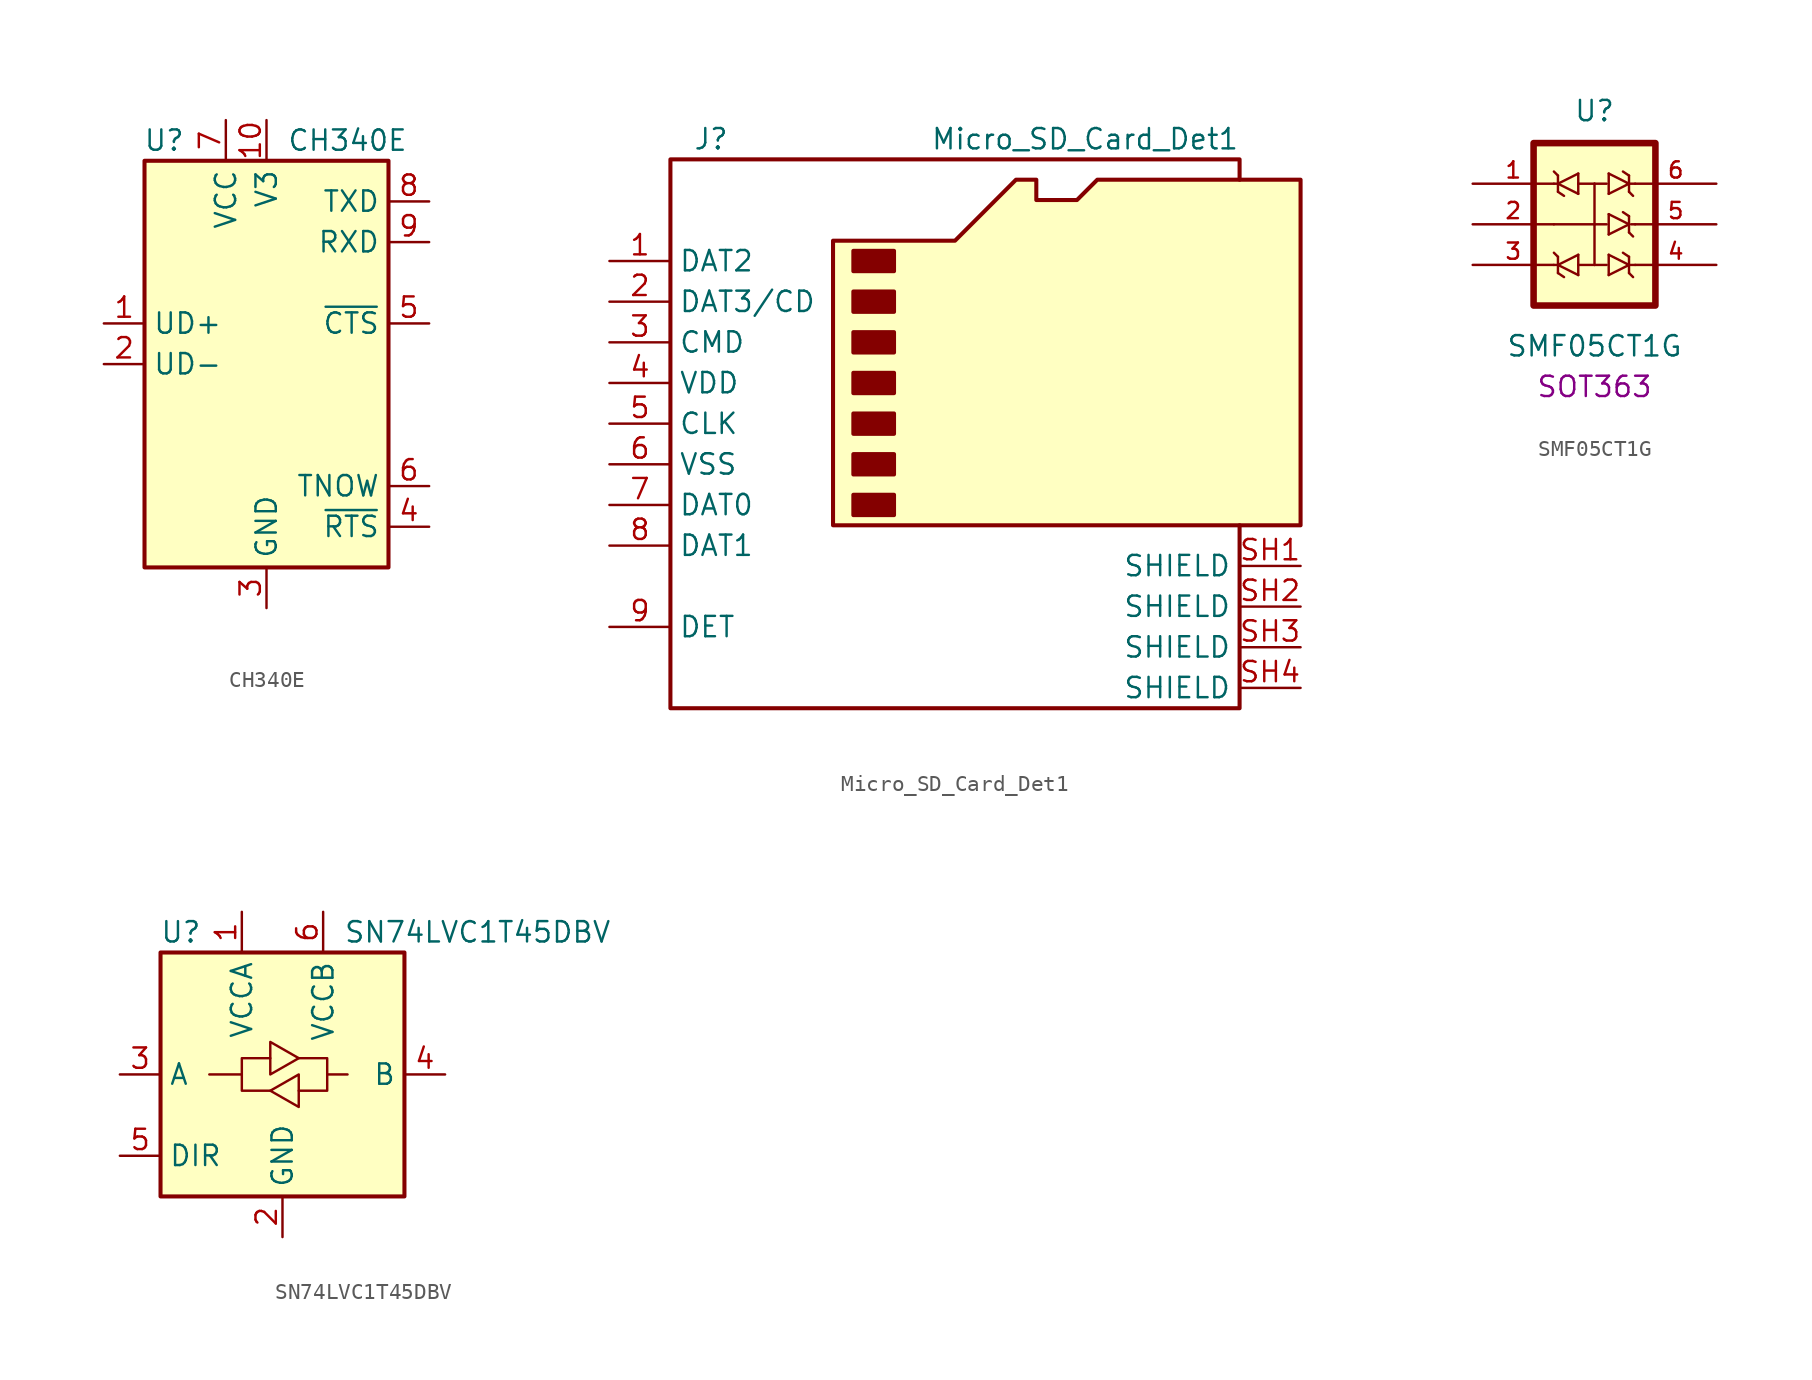
<source format=kicad_sym>
(kicad_symbol_lib
  (version 20241209)
  (generator "kicad_symbol_editor")
  (generator_version "9.0")
  (symbol "CH340E"
    (property "Reference" "U"
      (at -5.08 13.97 0)
      (effects (font (size 1.27 1.27)) (justify right)))
    (property "Value" "CH340E"
      (at 1.27 13.97 0)
      (effects (font (size 1.27 1.27)) (justify left)))
    (symbol "CH340E_0_1"
      (rectangle (start -7.62 12.7) (end 7.62 -12.7) (stroke (width 0.254) (type default)) (fill (type background))))
    (symbol "CH340E_1_1"
      (pin bidirectional line (at -10.16 2.54 0) (length 2.54) (name "UD+" (effects (font (size 1.27 1.27)))) (number "1" (effects (font (size 1.27 1.27)))))
      (pin bidirectional line (at -10.16 0 0) (length 2.54) (name "UD-" (effects (font (size 1.27 1.27)))) (number "2" (effects (font (size 1.27 1.27)))))
      (pin power_in line (at -2.54 15.24 270) (length 2.54) (name "VCC" (effects (font (size 1.27 1.27)))) (number "7" (effects (font (size 1.27 1.27)))))
      (pin power_out line (at 0 15.24 270) (length 2.54) (name "V3" (effects (font (size 1.27 1.27)))) (number "10" (effects (font (size 1.27 1.27)))))
      (pin power_in line (at 0 -15.24 90) (length 2.54) (name "GND" (effects (font (size 1.27 1.27)))) (number "3" (effects (font (size 1.27 1.27)))))
      (pin output line (at 10.16 10.16 180) (length 2.54) (name "TXD" (effects (font (size 1.27 1.27)))) (number "8" (effects (font (size 1.27 1.27)))))
      (pin input line (at 10.16 7.62 180) (length 2.54) (name "RXD" (effects (font (size 1.27 1.27)))) (number "9" (effects (font (size 1.27 1.27)))))
      (pin input line (at 10.16 2.54 180) (length 2.54) (name "~{CTS}" (effects (font (size 1.27 1.27)))) (number "5" (effects (font (size 1.27 1.27)))))
      (pin output line (at 10.16 -7.62 180) (length 2.54) (name "TNOW" (effects (font (size 1.27 1.27)))) (number "6" (effects (font (size 1.27 1.27)))))
      (pin output line (at 10.16 -10.16 180) (length 2.54) (name "~{RTS}" (effects (font (size 1.27 1.27)))) (number "4" (effects (font (size 1.27 1.27)))))))
  (symbol "Micro_SD_Card_Det1"
    (property "Reference" "J"
      (at -16.51 17.78 0)
      (effects (font (size 1.27 1.27))))
    (property "Value" "Micro_SD_Card_Det1"
      (at 16.51 17.78 0)
      (effects (font (size 1.27 1.27)) (justify right)))
    (symbol "Micro_SD_Card_Det1_0_1"
      (polyline (pts (xy -8.89 -6.35) (xy -8.89 11.43) (xy -1.27 11.43) (xy 2.54 15.24) (xy 3.81 15.24) (xy 3.81 13.97) (xy 6.35 13.97) (xy 7.62 15.24) (xy 20.32 15.24) (xy 20.32 -6.35) (xy -8.89 -6.35)) (stroke (width 0.254) (type default)) (fill (type background)))
      (rectangle (start -7.62 10.795) (end -5.08 9.525) (stroke (width 0.254) (type default)) (fill (type outline)))
      (rectangle (start -7.62 8.255) (end -5.08 6.985) (stroke (width 0.254) (type default)) (fill (type outline)))
      (rectangle (start -7.62 5.715) (end -5.08 4.445) (stroke (width 0.254) (type default)) (fill (type outline)))
      (rectangle (start -7.62 3.175) (end -5.08 1.905) (stroke (width 0.254) (type default)) (fill (type outline)))
      (rectangle (start -7.62 0.635) (end -5.08 -0.635) (stroke (width 0.254) (type default)) (fill (type outline)))
      (rectangle (start -7.62 -1.905) (end -5.08 -3.175) (stroke (width 0.254) (type default)) (fill (type outline)))
      (rectangle (start -7.62 -4.445) (end -5.08 -5.715) (stroke (width 0.254) (type default)) (fill (type outline)))
      (polyline (pts (xy 16.51 15.24) (xy 16.51 16.51) (xy -19.05 16.51) (xy -19.05 -17.78) (xy 16.51 -17.78) (xy 16.51 -6.35)) (stroke (width 0.254) (type default)) (fill (type none))))
    (symbol "Micro_SD_Card_Det1_1_1"
      (pin bidirectional line (at -22.86 10.16 0) (length 3.81) (name "DAT2" (effects (font (size 1.27 1.27)))) (number "1" (effects (font (size 1.27 1.27)))))
      (pin bidirectional line (at -22.86 7.62 0) (length 3.81) (name "DAT3/CD" (effects (font (size 1.27 1.27)))) (number "2" (effects (font (size 1.27 1.27)))))
      (pin input line (at -22.86 5.08 0) (length 3.81) (name "CMD" (effects (font (size 1.27 1.27)))) (number "3" (effects (font (size 1.27 1.27)))))
      (pin power_in line (at -22.86 2.54 0) (length 3.81) (name "VDD" (effects (font (size 1.27 1.27)))) (number "4" (effects (font (size 1.27 1.27)))))
      (pin input line (at -22.86 0 0) (length 3.81) (name "CLK" (effects (font (size 1.27 1.27)))) (number "5" (effects (font (size 1.27 1.27)))))
      (pin power_in line (at -22.86 -2.54 0) (length 3.81) (name "VSS" (effects (font (size 1.27 1.27)))) (number "6" (effects (font (size 1.27 1.27)))))
      (pin bidirectional line (at -22.86 -5.08 0) (length 3.81) (name "DAT0" (effects (font (size 1.27 1.27)))) (number "7" (effects (font (size 1.27 1.27)))))
      (pin bidirectional line (at -22.86 -7.62 0) (length 3.81) (name "DAT1" (effects (font (size 1.27 1.27)))) (number "8" (effects (font (size 1.27 1.27)))))
      (pin passive line (at -22.86 -12.7 0) (length 3.81) (name "DET" (effects (font (size 1.27 1.27)))) (number "9" (effects (font (size 1.27 1.27)))))
      (pin passive line (at 20.32 -8.89 180) (length 3.81) (name "SHIELD" (effects (font (size 1.27 1.27)))) (number "SH1" (effects (font (size 1.27 1.27)))))
      (pin passive line (at 20.32 -11.43 180) (length 3.81) (name "SHIELD" (effects (font (size 1.27 1.27)))) (number "SH2" (effects (font (size 1.27 1.27)))))
      (pin passive line (at 20.32 -13.97 180) (length 3.81) (name "SHIELD" (effects (font (size 1.27 1.27)))) (number "SH3" (effects (font (size 1.27 1.27)))))
      (pin passive line (at 20.32 -16.51 180) (length 3.81) (name "SHIELD" (effects (font (size 1.27 1.27)))) (number "SH4" (effects (font (size 1.27 1.27)))))))
  (symbol "SMF05CT1G"
    (pin_names
      (offset 1.016))
    (property "Reference" "U"
      (at 0 6.35 0)
      (effects (font (size 1.27 1.27)) (justify bottom)))
    (property "Value" "SMF05CT1G"
      (at 0 -7.62 0)
      (effects (font (size 1.27 1.27))))
    (property "Pad" "SOT363"
      (at 0 -10.16 0)
      (effects (font (size 1.27 1.27))))
    (symbol "SMF05CT1G_0_0"
      (rectangle (start -3.81 5.08) (end 3.81 -5.08) (stroke (width 0.41) (type default)) (fill (type background)))
      (polyline (pts (xy -2.54 3.302) (xy -2.286 3.048)) (stroke (width 0.152) (type default)) (fill (type none)))
      (polyline (pts (xy -2.54 -1.778) (xy -2.286 -2.032)) (stroke (width 0.152) (type default)) (fill (type none)))
      (polyline (pts (xy -2.286 3.048) (xy -2.286 2.54)) (stroke (width 0.152) (type default)) (fill (type none)))
      (polyline (pts (xy -2.286 2.54) (xy -2.54 2.54)) (stroke (width 0.152) (type default)) (fill (type none)))
      (polyline (pts (xy -2.286 2.54) (xy -2.286 2.032)) (stroke (width 0.152) (type default)) (fill (type none)))
      (polyline (pts (xy -2.286 2.54) (xy -1.016 1.905)) (stroke (width 0.152) (type default)) (fill (type none)))
      (polyline (pts (xy -2.286 2.032) (xy -1.905 1.778)) (stroke (width 0.152) (type default)) (fill (type none)))
      (polyline (pts (xy -2.286 -2.032) (xy -2.286 -2.54)) (stroke (width 0.152) (type default)) (fill (type none)))
      (polyline (pts (xy -2.286 -2.54) (xy -2.54 -2.54)) (stroke (width 0.152) (type default)) (fill (type none)))
      (polyline (pts (xy -2.286 -2.54) (xy -2.286 -3.048)) (stroke (width 0.152) (type default)) (fill (type none)))
      (polyline (pts (xy -2.286 -2.54) (xy -1.016 -3.175)) (stroke (width 0.152) (type default)) (fill (type none)))
      (polyline (pts (xy -2.286 -3.048) (xy -1.905 -3.302)) (stroke (width 0.152) (type default)) (fill (type none)))
      (polyline (pts (xy -1.016 3.175) (xy -2.286 2.54)) (stroke (width 0.152) (type default)) (fill (type none)))
      (polyline (pts (xy -1.016 2.54) (xy -1.016 3.175)) (stroke (width 0.152) (type default)) (fill (type none)))
      (polyline (pts (xy -1.016 2.54) (xy 0 2.54)) (stroke (width 0.152) (type default)) (fill (type none)))
      (polyline (pts (xy -1.016 1.905) (xy -1.016 2.54)) (stroke (width 0.152) (type default)) (fill (type none)))
      (polyline (pts (xy -1.016 -1.905) (xy -2.286 -2.54)) (stroke (width 0.152) (type default)) (fill (type none)))
      (polyline (pts (xy -1.016 -2.54) (xy -1.016 -1.905)) (stroke (width 0.152) (type default)) (fill (type none)))
      (polyline (pts (xy -1.016 -2.54) (xy 0 -2.54)) (stroke (width 0.152) (type default)) (fill (type none)))
      (polyline (pts (xy -1.016 -3.175) (xy -1.016 -2.54)) (stroke (width 0.152) (type default)) (fill (type none)))
      (polyline (pts (xy 0 2.54) (xy 0 0)) (stroke (width 0.152) (type default)) (fill (type none)))
      (polyline (pts (xy 0 2.54) (xy 0.762 2.54)) (stroke (width 0.152) (type default)) (fill (type none)))
      (polyline (pts (xy 0 0) (xy -2.54 0)) (stroke (width 0.152) (type default)) (fill (type none)))
      (polyline (pts (xy 0 0) (xy 0 -2.54)) (stroke (width 0.152) (type default)) (fill (type none)))
      (polyline (pts (xy 0 -2.54) (xy 0.762 -2.54)) (stroke (width 0.152) (type default)) (fill (type none)))
      (polyline (pts (xy 0.762 0) (xy 0 0)) (stroke (width 0.152) (type default)) (fill (type none)))
      (polyline (pts (xy 0.889 3.175) (xy 0.889 1.905)) (stroke (width 0.152) (type default)) (fill (type none)))
      (polyline (pts (xy 0.889 1.905) (xy 2.159 2.54)) (stroke (width 0.152) (type default)) (fill (type none)))
      (polyline (pts (xy 0.889 0.635) (xy 0.889 -0.635)) (stroke (width 0.152) (type default)) (fill (type none)))
      (polyline (pts (xy 0.889 -0.635) (xy 2.159 0)) (stroke (width 0.152) (type default)) (fill (type none)))
      (polyline (pts (xy 0.889 -1.905) (xy 0.889 -3.175)) (stroke (width 0.152) (type default)) (fill (type none)))
      (polyline (pts (xy 0.889 -3.175) (xy 2.159 -2.54)) (stroke (width 0.152) (type default)) (fill (type none)))
      (polyline (pts (xy 2.032 2.54) (xy 2.54 2.54)) (stroke (width 0.152) (type default)) (fill (type none)))
      (polyline (pts (xy 2.032 -2.54) (xy 2.54 -2.54)) (stroke (width 0.152) (type default)) (fill (type none)))
      (polyline (pts (xy 2.159 3.048) (xy 1.778 3.302)) (stroke (width 0.152) (type default)) (fill (type none)))
      (polyline (pts (xy 2.159 2.54) (xy 0.889 3.175)) (stroke (width 0.152) (type default)) (fill (type none)))
      (polyline (pts (xy 2.159 2.032) (xy 2.159 3.048)) (stroke (width 0.152) (type default)) (fill (type none)))
      (polyline (pts (xy 2.159 0.508) (xy 1.778 0.762)) (stroke (width 0.152) (type default)) (fill (type none)))
      (polyline (pts (xy 2.159 0) (xy 0.889 0.635)) (stroke (width 0.152) (type default)) (fill (type none)))
      (polyline (pts (xy 2.159 -0.508) (xy 2.159 0.508)) (stroke (width 0.152) (type default)) (fill (type none)))
      (polyline (pts (xy 2.159 -2.032) (xy 1.778 -1.778)) (stroke (width 0.152) (type default)) (fill (type none)))
      (polyline (pts (xy 2.159 -2.54) (xy 0.889 -1.905)) (stroke (width 0.152) (type default)) (fill (type none)))
      (polyline (pts (xy 2.159 -3.048) (xy 2.159 -2.032)) (stroke (width 0.152) (type default)) (fill (type none)))
      (polyline (pts (xy 2.286 0) (xy 2.54 0)) (stroke (width 0.152) (type default)) (fill (type none)))
      (polyline (pts (xy 2.413 1.778) (xy 2.159 2.032)) (stroke (width 0.152) (type default)) (fill (type none)))
      (polyline (pts (xy 2.413 -0.762) (xy 2.159 -0.508)) (stroke (width 0.152) (type default)) (fill (type none)))
      (polyline (pts (xy 2.413 -3.302) (xy 2.159 -3.048)) (stroke (width 0.152) (type default)) (fill (type none)))
      (pin passive line (at -7.62 2.54 0) (length 5.08) (name "~" (effects (font (size 1.016 1.016)))) (number "1" (effects (font (size 1.016 1.016)))))
      (pin passive line (at -7.62 0 0) (length 5.08) (name "~" (effects (font (size 1.016 1.016)))) (number "2" (effects (font (size 1.016 1.016)))))
      (pin passive line (at -7.62 -2.54 0) (length 5.08) (name "~" (effects (font (size 1.016 1.016)))) (number "3" (effects (font (size 1.016 1.016)))))
      (pin passive line (at 7.62 2.54 180) (length 5.08) (name "~" (effects (font (size 1.016 1.016)))) (number "6" (effects (font (size 1.016 1.016)))))
      (pin passive line (at 7.62 0 180) (length 5.08) (name "~" (effects (font (size 1.016 1.016)))) (number "5" (effects (font (size 1.016 1.016)))))
      (pin passive line (at 7.62 -2.54 180) (length 5.08) (name "~" (effects (font (size 1.016 1.016)))) (number "4" (effects (font (size 1.016 1.016)))))))
  (symbol "SN74LVC1T45DBV"
    (property "Reference" "U"
      (at -6.35 8.89 0)
      (effects (font (size 1.27 1.27))))
    (property "Value" "SN74LVC1T45DBV"
      (at 3.81 8.89 0)
      (effects (font (size 1.27 1.27)) (justify left)))
    (symbol "SN74LVC1T45DBV_0_1"
      (rectangle (start -7.62 7.62) (end 7.62 -7.62) (stroke (width 0.254) (type default)) (fill (type background)))
      (polyline (pts (xy -2.54 0) (xy -2.54 1.016) (xy -0.762 1.016)) (stroke (width 0) (type default)) (fill (type none)))
      (polyline (pts (xy -0.762 0) (xy -0.762 2.032) (xy 1.016 1.016) (xy -0.762 0)) (stroke (width 0) (type default)) (fill (type none)))
      (polyline (pts (xy -0.762 -1.016) (xy -2.54 -1.016) (xy -2.54 0) (xy -4.572 0)) (stroke (width 0) (type default)) (fill (type none)))
      (polyline (pts (xy 1.016 1.016) (xy 2.794 1.016) (xy 2.794 0) (xy 4.064 0)) (stroke (width 0) (type default)) (fill (type none)))
      (polyline (pts (xy 1.016 0) (xy 1.016 -1.778) (xy 1.016 -2.032) (xy -0.762 -1.016) (xy 1.016 0)) (stroke (width 0) (type default)) (fill (type none)))
      (polyline (pts (xy 2.794 0) (xy 2.794 -1.016) (xy 1.016 -1.016)) (stroke (width 0) (type default)) (fill (type none))))
    (symbol "SN74LVC1T45DBV_1_1"
      (pin bidirectional line (at -10.16 0 0) (length 2.54) (name "A" (effects (font (size 1.27 1.27)))) (number "3" (effects (font (size 1.27 1.27)))))
      (pin input line (at -10.16 -5.08 0) (length 2.54) (name "DIR" (effects (font (size 1.27 1.27)))) (number "5" (effects (font (size 1.27 1.27)))))
      (pin power_in line (at -2.54 10.16 270) (length 2.54) (name "VCCA" (effects (font (size 1.27 1.27)))) (number "1" (effects (font (size 1.27 1.27)))))
      (pin power_in line (at 0 -10.16 90) (length 2.54) (name "GND" (effects (font (size 1.27 1.27)))) (number "2" (effects (font (size 1.27 1.27)))))
      (pin power_in line (at 2.54 10.16 270) (length 2.54) (name "VCCB" (effects (font (size 1.27 1.27)))) (number "6" (effects (font (size 1.27 1.27)))))
      (pin bidirectional line (at 10.16 0 180) (length 2.54) (name "B" (effects (font (size 1.27 1.27)))) (number "4" (effects (font (size 1.27 1.27))))))))
</source>
